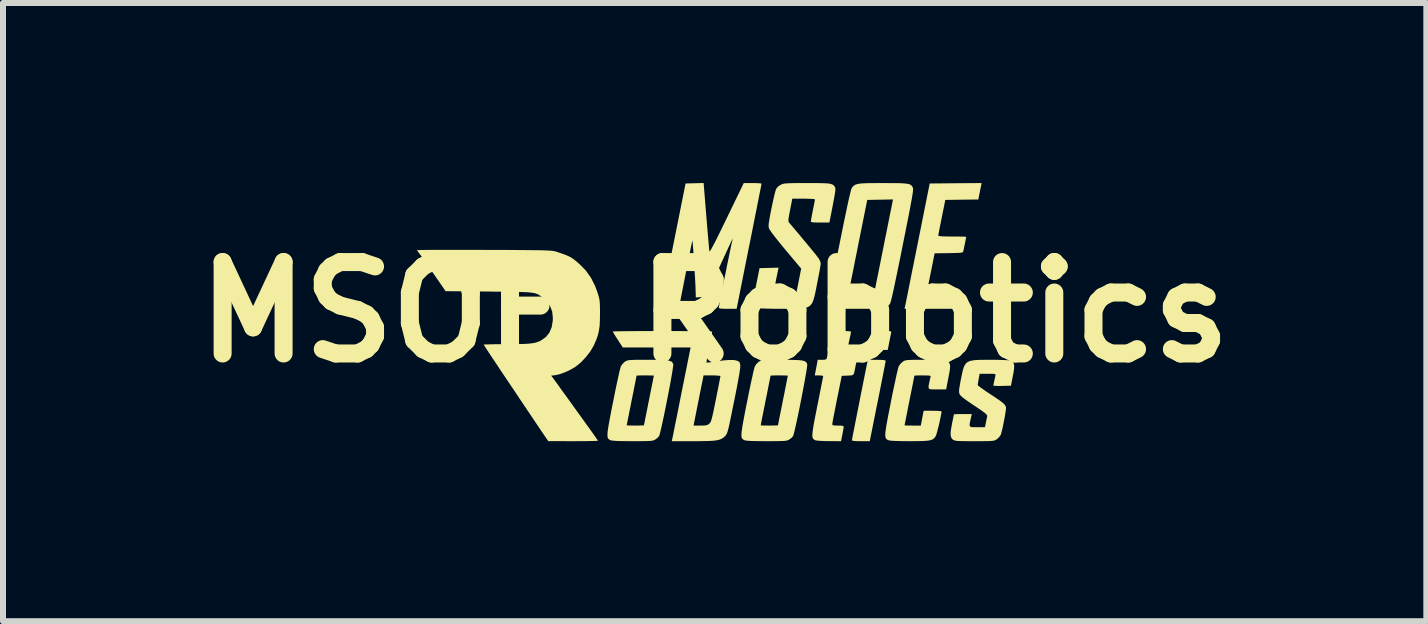
<source format=kicad_pcb>
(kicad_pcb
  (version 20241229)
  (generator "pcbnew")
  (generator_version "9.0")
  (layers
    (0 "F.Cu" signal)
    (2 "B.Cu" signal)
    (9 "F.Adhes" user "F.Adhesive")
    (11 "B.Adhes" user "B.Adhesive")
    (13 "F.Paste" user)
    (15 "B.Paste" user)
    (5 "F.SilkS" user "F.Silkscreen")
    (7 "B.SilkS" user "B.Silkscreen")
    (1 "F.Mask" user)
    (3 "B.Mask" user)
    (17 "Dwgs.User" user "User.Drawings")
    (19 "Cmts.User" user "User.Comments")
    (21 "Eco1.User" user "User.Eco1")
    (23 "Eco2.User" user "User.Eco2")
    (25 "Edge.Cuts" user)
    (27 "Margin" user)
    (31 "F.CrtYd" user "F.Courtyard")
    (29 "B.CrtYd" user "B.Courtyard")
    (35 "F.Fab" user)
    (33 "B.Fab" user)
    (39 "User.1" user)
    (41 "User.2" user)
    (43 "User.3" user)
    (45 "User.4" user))
  (footprint "MSOE Robotics"
    (layer "F.Cu")
    (at 8.861 2.152)
    (property "Reference" "MSOE Robotics" (at 0 0 0) (layer "F.SilkS") (effects (font (size 1.524 1.524) (thickness 0.3))))
    (attr through_hole)
    (fp_poly (pts (xy 2.859 0.315) (xy 2.904 0.316) (xy 2.929 0.319) (xy 2.941 0.325) (xy 2.943 0.335) (xy 2.941 0.346) (xy 2.935 0.373) (xy 2.926 0.419) (xy 2.915 0.475) (xy 2.909 0.503) (xy 2.885 0.63) (xy 2.729 0.63) (xy 2.662 0.63) (xy 2.618 0.629) (xy 2.592 0.626) (xy 2.58 0.62) (xy 2.578 0.61) (xy 2.58 0.599) (xy 2.586 0.573) (xy 2.595 0.527) (xy 2.606 0.47) (xy 2.612 0.442) (xy 2.636 0.315) (xy 2.792 0.315)) (stroke (width 0) (type solid)) (fill yes) (layer "F.SilkS"))
    (fp_poly (pts (xy 2.771 0.796) (xy 2.817 0.799) (xy 2.842 0.804) (xy 2.85 0.812) (xy 2.847 0.828) (xy 2.84 0.869) (xy 2.828 0.931) (xy 2.812 1.012) (xy 2.793 1.11) (xy 2.771 1.221) (xy 2.747 1.343) (xy 2.721 1.473) (xy 2.717 1.49) (xy 2.585 2.151) (xy 2.437 2.151) (xy 2.366 2.15) (xy 2.32 2.147) (xy 2.295 2.142) (xy 2.288 2.134) (xy 2.291 2.117) (xy 2.298 2.077) (xy 2.31 2.014) (xy 2.326 1.933) (xy 2.345 1.836) (xy 2.367 1.725) (xy 2.391 1.603) (xy 2.417 1.473) (xy 2.42 1.456) (xy 2.552 0.795) (xy 2.701 0.795)) (stroke (width 0) (type solid)) (fill yes) (layer "F.SilkS"))
    (fp_poly (pts (xy 4.421 -2.014) (xy 4.394 -1.877) (xy 4.119 -1.874) (xy 3.844 -1.87) (xy 3.786 -1.582) (xy 3.769 -1.496) (xy 3.753 -1.419) (xy 3.741 -1.355) (xy 3.732 -1.307) (xy 3.727 -1.281) (xy 3.727 -1.278) (xy 3.734 -1.271) (xy 3.755 -1.266) (xy 3.795 -1.263) (xy 3.856 -1.261) (xy 3.942 -1.26) (xy 3.959 -1.26) (xy 4.036 -1.26) (xy 4.102 -1.259) (xy 4.153 -1.258) (xy 4.184 -1.256) (xy 4.192 -1.254) (xy 4.19 -1.239) (xy 4.183 -1.205) (xy 4.174 -1.158) (xy 4.163 -1.108) (xy 4.154 -1.061) (xy 4.146 -1.025) (xy 4.144 -1.018) (xy 4.141 -1.006) (xy 4.133 -0.998) (xy 4.119 -0.993) (xy 4.092 -0.989) (xy 4.051 -0.987) (xy 3.989 -0.985) (xy 3.905 -0.983) (xy 3.902 -0.983) (xy 3.666 -0.98) (xy 3.61 -0.699) (xy 3.592 -0.612) (xy 3.576 -0.531) (xy 3.562 -0.462) (xy 3.552 -0.409) (xy 3.545 -0.377) (xy 3.544 -0.373) (xy 3.535 -0.329) (xy 4.092 -0.329) (xy 4.065 -0.192) (xy 4.038 -0.055) (xy 3.165 -0.055) (xy 3.174 -0.099) (xy 3.179 -0.12) (xy 3.188 -0.165) (xy 3.201 -0.232) (xy 3.219 -0.32) (xy 3.24 -0.426) (xy 3.264 -0.548) (xy 3.291 -0.683) (xy 3.321 -0.829) (xy 3.352 -0.985) (xy 3.384 -1.144) (xy 3.584 -2.144) (xy 4.016 -2.148) (xy 4.449 -2.151)) (stroke (width 0) (type solid)) (fill yes) (layer "F.SilkS"))
    (fp_poly (pts (xy 2.18 0.316) (xy 2.23 0.318) (xy 2.263 0.322) (xy 2.274 0.325) (xy 2.27 0.344) (xy 2.263 0.383) (xy 2.251 0.436) (xy 2.238 0.497) (xy 2.224 0.559) (xy 2.211 0.618) (xy 2.2 0.665) (xy 2.193 0.692) (xy 2.181 0.743) (xy 2.18 0.773) (xy 2.194 0.789) (xy 2.228 0.794) (xy 2.275 0.795) (xy 2.326 0.795) (xy 2.354 0.798) (xy 2.365 0.805) (xy 2.365 0.818) (xy 2.365 0.819) (xy 2.359 0.845) (xy 2.35 0.887) (xy 2.343 0.925) (xy 2.331 0.984) (xy 2.322 1.022) (xy 2.308 1.043) (xy 2.287 1.053) (xy 2.252 1.056) (xy 2.216 1.058) (xy 2.118 1.062) (xy 2.039 1.452) (xy 2.019 1.553) (xy 2.001 1.646) (xy 1.985 1.727) (xy 1.972 1.793) (xy 1.964 1.84) (xy 1.96 1.865) (xy 1.96 1.867) (xy 1.963 1.879) (xy 1.977 1.887) (xy 2.009 1.89) (xy 2.055 1.891) (xy 2.111 1.892) (xy 2.142 1.898) (xy 2.151 1.908) (xy 2.148 1.928) (xy 2.142 1.968) (xy 2.132 2.02) (xy 2.129 2.038) (xy 2.106 2.151) (xy 1.906 2.15) (xy 1.832 2.149) (xy 1.766 2.146) (xy 1.714 2.142) (xy 1.682 2.137) (xy 1.676 2.135) (xy 1.658 2.125) (xy 1.644 2.113) (xy 1.634 2.097) (xy 1.629 2.074) (xy 1.628 2.041) (xy 1.632 1.996) (xy 1.64 1.936) (xy 1.653 1.858) (xy 1.672 1.76) (xy 1.696 1.639) (xy 1.711 1.56) (xy 1.734 1.448) (xy 1.754 1.345) (xy 1.772 1.254) (xy 1.787 1.177) (xy 1.799 1.118) (xy 1.806 1.079) (xy 1.808 1.065) (xy 1.796 1.059) (xy 1.764 1.056) (xy 1.738 1.055) (xy 1.668 1.055) (xy 1.676 1.014) (xy 1.683 0.978) (xy 1.693 0.928) (xy 1.701 0.884) (xy 1.717 0.795) (xy 1.79 0.795) (xy 1.833 0.793) (xy 1.856 0.787) (xy 1.867 0.773) (xy 1.87 0.764) (xy 1.876 0.735) (xy 1.887 0.685) (xy 1.9 0.623) (xy 1.914 0.554) (xy 1.929 0.486) (xy 1.941 0.425) (xy 1.951 0.377) (xy 1.955 0.353) (xy 1.962 0.315) (xy 2.118 0.315)) (stroke (width 0) (type solid)) (fill yes) (layer "F.SilkS"))
    (fp_poly (pts (xy 2.932 -2.15) (xy 3.031 -2.15) (xy 3.109 -2.148) (xy 3.169 -2.144) (xy 3.213 -2.139) (xy 3.244 -2.132) (xy 3.266 -2.121) (xy 3.282 -2.108) (xy 3.294 -2.091) (xy 3.3 -2.081) (xy 3.304 -2.072) (xy 3.306 -2.06) (xy 3.307 -2.043) (xy 3.305 -2.019) (xy 3.301 -1.986) (xy 3.294 -1.942) (xy 3.285 -1.884) (xy 3.271 -1.812) (xy 3.255 -1.723) (xy 3.234 -1.616) (xy 3.209 -1.488) (xy 3.179 -1.338) (xy 3.144 -1.163) (xy 3.133 -1.108) (xy 3.092 -0.902) (xy 3.055 -0.723) (xy 3.023 -0.569) (xy 2.996 -0.439) (xy 2.973 -0.334) (xy 2.954 -0.251) (xy 2.939 -0.192) (xy 2.928 -0.154) (xy 2.921 -0.137) (xy 2.903 -0.115) (xy 2.885 -0.097) (xy 2.863 -0.084) (xy 2.834 -0.073) (xy 2.795 -0.066) (xy 2.743 -0.06) (xy 2.675 -0.057) (xy 2.587 -0.056) (xy 2.477 -0.055) (xy 2.386 -0.055) (xy 1.971 -0.055) (xy 1.931 -0.095) (xy 1.905 -0.126) (xy 1.891 -0.154) (xy 1.891 -0.16) (xy 1.893 -0.178) (xy 1.901 -0.22) (xy 1.913 -0.284) (xy 1.921 -0.328) (xy 2.234 -0.328) (xy 2.449 -0.332) (xy 2.663 -0.336) (xy 2.809 -1.062) (xy 2.836 -1.2) (xy 2.863 -1.332) (xy 2.887 -1.454) (xy 2.909 -1.563) (xy 2.928 -1.658) (xy 2.944 -1.735) (xy 2.955 -1.792) (xy 2.962 -1.825) (xy 2.963 -1.833) (xy 2.972 -1.878) (xy 2.758 -1.874) (xy 2.543 -1.87) (xy 2.397 -1.144) (xy 2.37 -1.005) (xy 2.343 -0.874) (xy 2.319 -0.752) (xy 2.297 -0.642) (xy 2.278 -0.548) (xy 2.262 -0.471) (xy 2.251 -0.414) (xy 2.244 -0.38) (xy 2.243 -0.373) (xy 2.234 -0.328) (xy 1.921 -0.328) (xy 1.929 -0.369) (xy 1.949 -0.471) (xy 1.972 -0.589) (xy 1.998 -0.72) (xy 2.026 -0.863) (xy 2.056 -1.014) (xy 2.076 -1.11) (xy 2.117 -1.315) (xy 2.153 -1.493) (xy 2.185 -1.646) (xy 2.212 -1.775) (xy 2.235 -1.879) (xy 2.254 -1.96) (xy 2.268 -2.018) (xy 2.279 -2.054) (xy 2.285 -2.069) (xy 2.303 -2.091) (xy 2.321 -2.109) (xy 2.344 -2.123) (xy 2.373 -2.133) (xy 2.413 -2.141) (xy 2.467 -2.146) (xy 2.536 -2.149) (xy 2.626 -2.15) (xy 2.738 -2.151) (xy 2.809 -2.151)) (stroke (width 0) (type solid)) (fill yes) (layer "F.SilkS"))
    (fp_poly (pts (xy -0.139 -1.6) (xy -0.129 -1.479) (xy -0.12 -1.365) (xy -0.111 -1.262) (xy -0.103 -1.173) (xy -0.097 -1.101) (xy -0.092 -1.048) (xy -0.088 -1.019) (xy -0.088 -1.015) (xy -0.083 -1.013) (xy -0.072 -1.026) (xy -0.055 -1.054) (xy -0.03 -1.1) (xy 0.004 -1.164) (xy 0.046 -1.248) (xy 0.098 -1.353) (xy 0.16 -1.481) (xy 0.202 -1.567) (xy 0.485 -2.151) (xy 0.633 -2.151) (xy 0.693 -2.15) (xy 0.741 -2.148) (xy 0.772 -2.144) (xy 0.781 -2.141) (xy 0.778 -2.126) (xy 0.771 -2.086) (xy 0.759 -2.024) (xy 0.742 -1.941) (xy 0.722 -1.84) (xy 0.699 -1.722) (xy 0.672 -1.589) (xy 0.644 -1.445) (xy 0.613 -1.29) (xy 0.58 -1.126) (xy 0.573 -1.093) (xy 0.366 -0.055) (xy 0.217 -0.055) (xy 0.148 -0.056) (xy 0.102 -0.059) (xy 0.077 -0.064) (xy 0.069 -0.072) (xy 0.069 -0.072) (xy 0.071 -0.09) (xy 0.079 -0.132) (xy 0.09 -0.193) (xy 0.105 -0.27) (xy 0.123 -0.361) (xy 0.143 -0.46) (xy 0.164 -0.566) (xy 0.186 -0.673) (xy 0.207 -0.78) (xy 0.228 -0.881) (xy 0.247 -0.975) (xy 0.264 -1.057) (xy 0.278 -1.123) (xy 0.289 -1.171) (xy 0.295 -1.196) (xy 0.296 -1.199) (xy 0.3 -1.217) (xy 0.297 -1.218) (xy 0.29 -1.205) (xy 0.272 -1.169) (xy 0.246 -1.113) (xy 0.213 -1.041) (xy 0.173 -0.955) (xy 0.128 -0.857) (xy 0.08 -0.752) (xy 0.071 -0.732) (xy -0.145 -0.253) (xy -0.23 -0.249) (xy -0.315 -0.245) (xy -0.316 -0.318) (xy -0.318 -0.366) (xy -0.32 -0.432) (xy -0.324 -0.51) (xy -0.329 -0.598) (xy -0.335 -0.691) (xy -0.34 -0.786) (xy -0.346 -0.88) (xy -0.352 -0.967) (xy -0.358 -1.046) (xy -0.363 -1.111) (xy -0.367 -1.159) (xy -0.371 -1.187) (xy -0.372 -1.192) (xy -0.377 -1.174) (xy -0.385 -1.133) (xy -0.398 -1.07) (xy -0.414 -0.99) (xy -0.434 -0.894) (xy -0.455 -0.786) (xy -0.478 -0.669) (xy -0.488 -0.617) (xy -0.597 -0.062) (xy -0.75 -0.058) (xy -0.904 -0.054) (xy -0.895 -0.099) (xy -0.89 -0.119) (xy -0.881 -0.165) (xy -0.868 -0.232) (xy -0.85 -0.32) (xy -0.829 -0.426) (xy -0.805 -0.548) (xy -0.778 -0.683) (xy -0.748 -0.829) (xy -0.717 -0.985) (xy -0.685 -1.144) (xy -0.485 -2.144) (xy -0.335 -2.148) (xy -0.184 -2.152)) (stroke (width 0) (type solid)) (fill yes) (layer "F.SilkS"))
    (fp_poly (pts (xy 3.635 0.795) (xy 3.731 0.796) (xy 3.805 0.801) (xy 3.859 0.812) (xy 3.895 0.829) (xy 3.916 0.856) (xy 3.924 0.893) (xy 3.922 0.943) (xy 3.912 1.008) (xy 3.896 1.09) (xy 3.896 1.091) (xy 3.858 1.288) (xy 3.71 1.288) (xy 3.648 1.288) (xy 3.605 1.287) (xy 3.579 1.28) (xy 3.566 1.263) (xy 3.565 1.232) (xy 3.574 1.183) (xy 3.59 1.113) (xy 3.597 1.086) (xy 3.599 1.072) (xy 3.594 1.063) (xy 3.579 1.058) (xy 3.547 1.056) (xy 3.495 1.055) (xy 3.466 1.055) (xy 3.409 1.055) (xy 3.363 1.056) (xy 3.335 1.058) (xy 3.329 1.059) (xy 3.327 1.073) (xy 3.319 1.11) (xy 3.308 1.168) (xy 3.293 1.243) (xy 3.275 1.331) (xy 3.255 1.43) (xy 3.247 1.473) (xy 3.226 1.575) (xy 3.208 1.668) (xy 3.192 1.749) (xy 3.179 1.814) (xy 3.17 1.86) (xy 3.165 1.884) (xy 3.165 1.887) (xy 3.177 1.888) (xy 3.212 1.89) (xy 3.262 1.89) (xy 3.3 1.891) (xy 3.435 1.891) (xy 3.483 1.644) (xy 3.632 1.644) (xy 3.692 1.645) (xy 3.741 1.647) (xy 3.772 1.651) (xy 3.781 1.654) (xy 3.778 1.685) (xy 3.769 1.734) (xy 3.756 1.796) (xy 3.741 1.864) (xy 3.724 1.931) (xy 3.709 1.992) (xy 3.695 2.039) (xy 3.684 2.067) (xy 3.683 2.069) (xy 3.666 2.093) (xy 3.647 2.112) (xy 3.621 2.126) (xy 3.586 2.137) (xy 3.537 2.144) (xy 3.473 2.148) (xy 3.388 2.15) (xy 3.281 2.151) (xy 3.244 2.151) (xy 3.128 2.15) (xy 3.037 2.148) (xy 2.97 2.145) (xy 2.923 2.141) (xy 2.896 2.135) (xy 2.891 2.133) (xy 2.874 2.124) (xy 2.86 2.113) (xy 2.851 2.098) (xy 2.845 2.076) (xy 2.843 2.045) (xy 2.846 2.003) (xy 2.853 1.947) (xy 2.865 1.875) (xy 2.881 1.783) (xy 2.903 1.671) (xy 2.93 1.534) (xy 2.937 1.496) (xy 2.961 1.375) (xy 2.985 1.262) (xy 3.007 1.159) (xy 3.026 1.069) (xy 3.043 0.995) (xy 3.056 0.941) (xy 3.065 0.909) (xy 3.067 0.904) (xy 3.094 0.864) (xy 3.131 0.829) (xy 3.136 0.826) (xy 3.152 0.816) (xy 3.168 0.808) (xy 3.188 0.803) (xy 3.217 0.799) (xy 3.258 0.797) (xy 3.314 0.795) (xy 3.389 0.795) (xy 3.487 0.795) (xy 3.513 0.795)) (stroke (width 0) (type solid)) (fill yes) (layer "F.SilkS"))
    (fp_poly (pts (xy -0.997 0.795) (xy -0.905 0.797) (xy -0.834 0.8) (xy -0.781 0.805) (xy -0.743 0.814) (xy -0.718 0.825) (xy -0.703 0.841) (xy -0.693 0.861) (xy -0.69 0.871) (xy -0.691 0.893) (xy -0.697 0.937) (xy -0.707 1.002) (xy -0.721 1.083) (xy -0.738 1.177) (xy -0.757 1.28) (xy -0.778 1.389) (xy -0.8 1.501) (xy -0.822 1.611) (xy -0.844 1.718) (xy -0.865 1.816) (xy -0.884 1.903) (xy -0.901 1.975) (xy -0.914 2.028) (xy -0.924 2.06) (xy -0.927 2.066) (xy -0.952 2.095) (xy -0.988 2.122) (xy -0.991 2.124) (xy -1.006 2.132) (xy -1.024 2.139) (xy -1.049 2.144) (xy -1.083 2.147) (xy -1.132 2.149) (xy -1.197 2.15) (xy -1.283 2.151) (xy -1.37 2.151) (xy -1.488 2.15) (xy -1.581 2.149) (xy -1.651 2.146) (xy -1.7 2.142) (xy -1.731 2.137) (xy -1.74 2.133) (xy -1.757 2.124) (xy -1.77 2.113) (xy -1.78 2.098) (xy -1.786 2.076) (xy -1.787 2.045) (xy -1.785 2.003) (xy -1.778 1.947) (xy -1.768 1.887) (xy -1.466 1.887) (xy -1.453 1.888) (xy -1.419 1.89) (xy -1.368 1.89) (xy -1.322 1.891) (xy -1.263 1.89) (xy -1.216 1.889) (xy -1.186 1.888) (xy -1.178 1.887) (xy -1.176 1.873) (xy -1.168 1.835) (xy -1.157 1.777) (xy -1.142 1.703) (xy -1.124 1.614) (xy -1.105 1.515) (xy -1.096 1.473) (xy -1.076 1.371) (xy -1.057 1.278) (xy -1.041 1.197) (xy -1.028 1.132) (xy -1.019 1.086) (xy -1.014 1.062) (xy -1.014 1.059) (xy -1.027 1.057) (xy -1.061 1.056) (xy -1.112 1.055) (xy -1.158 1.055) (xy -1.217 1.055) (xy -1.264 1.056) (xy -1.294 1.058) (xy -1.302 1.059) (xy -1.304 1.073) (xy -1.311 1.11) (xy -1.323 1.168) (xy -1.338 1.243) (xy -1.355 1.331) (xy -1.375 1.43) (xy -1.384 1.473) (xy -1.404 1.575) (xy -1.423 1.668) (xy -1.439 1.749) (xy -1.452 1.814) (xy -1.461 1.86) (xy -1.465 1.884) (xy -1.466 1.887) (xy -1.768 1.887) (xy -1.766 1.875) (xy -1.749 1.783) (xy -1.728 1.671) (xy -1.701 1.534) (xy -1.693 1.496) (xy -1.669 1.375) (xy -1.646 1.262) (xy -1.624 1.159) (xy -1.604 1.069) (xy -1.588 0.995) (xy -1.574 0.941) (xy -1.565 0.909) (xy -1.564 0.904) (xy -1.537 0.864) (xy -1.5 0.829) (xy -1.495 0.826) (xy -1.479 0.816) (xy -1.463 0.809) (xy -1.442 0.803) (xy -1.414 0.799) (xy -1.374 0.797) (xy -1.318 0.795) (xy -1.243 0.795) (xy -1.146 0.795) (xy -1.114 0.795)) (stroke (width 0) (type solid)) (fill yes) (layer "F.SilkS"))
    (fp_poly (pts (xy 1.236 0.795) (xy 1.328 0.797) (xy 1.4 0.8) (xy 1.452 0.805) (xy 1.49 0.814) (xy 1.515 0.825) (xy 1.53 0.841) (xy 1.54 0.861) (xy 1.543 0.871) (xy 1.542 0.893) (xy 1.536 0.937) (xy 1.526 1.002) (xy 1.512 1.083) (xy 1.495 1.177) (xy 1.476 1.28) (xy 1.455 1.389) (xy 1.433 1.501) (xy 1.411 1.611) (xy 1.389 1.718) (xy 1.368 1.816) (xy 1.349 1.903) (xy 1.332 1.975) (xy 1.319 2.028) (xy 1.309 2.06) (xy 1.307 2.066) (xy 1.281 2.095) (xy 1.245 2.122) (xy 1.243 2.124) (xy 1.227 2.132) (xy 1.209 2.139) (xy 1.184 2.144) (xy 1.15 2.147) (xy 1.102 2.149) (xy 1.036 2.15) (xy 0.95 2.151) (xy 0.863 2.151) (xy 0.745 2.15) (xy 0.652 2.149) (xy 0.582 2.146) (xy 0.533 2.142) (xy 0.502 2.137) (xy 0.493 2.133) (xy 0.476 2.124) (xy 0.463 2.113) (xy 0.453 2.098) (xy 0.447 2.076) (xy 0.446 2.045) (xy 0.448 2.003) (xy 0.456 1.947) (xy 0.465 1.887) (xy 0.767 1.887) (xy 0.78 1.888) (xy 0.814 1.89) (xy 0.865 1.89) (xy 0.911 1.891) (xy 0.97 1.89) (xy 1.017 1.889) (xy 1.047 1.888) (xy 1.055 1.887) (xy 1.058 1.873) (xy 1.065 1.835) (xy 1.076 1.777) (xy 1.091 1.703) (xy 1.109 1.614) (xy 1.129 1.515) (xy 1.137 1.473) (xy 1.158 1.371) (xy 1.176 1.278) (xy 1.192 1.197) (xy 1.205 1.132) (xy 1.214 1.086) (xy 1.219 1.062) (xy 1.219 1.059) (xy 1.207 1.057) (xy 1.172 1.056) (xy 1.121 1.055) (xy 1.075 1.055) (xy 1.016 1.055) (xy 0.969 1.056) (xy 0.939 1.058) (xy 0.932 1.059) (xy 0.929 1.073) (xy 0.922 1.11) (xy 0.91 1.168) (xy 0.895 1.243) (xy 0.878 1.331) (xy 0.858 1.43) (xy 0.849 1.473) (xy 0.829 1.575) (xy 0.81 1.668) (xy 0.794 1.749) (xy 0.781 1.814) (xy 0.772 1.86) (xy 0.768 1.884) (xy 0.767 1.887) (xy 0.465 1.887) (xy 0.467 1.875) (xy 0.484 1.783) (xy 0.505 1.671) (xy 0.532 1.534) (xy 0.54 1.496) (xy 0.564 1.375) (xy 0.587 1.262) (xy 0.609 1.159) (xy 0.629 1.069) (xy 0.645 0.995) (xy 0.659 0.941) (xy 0.668 0.909) (xy 0.67 0.904) (xy 0.697 0.864) (xy 0.733 0.829) (xy 0.738 0.826) (xy 0.754 0.816) (xy 0.77 0.809) (xy 0.791 0.803) (xy 0.819 0.799) (xy 0.86 0.797) (xy 0.915 0.795) (xy 0.99 0.795) (xy 1.087 0.795) (xy 1.119 0.795)) (stroke (width 0) (type solid)) (fill yes) (layer "F.SilkS"))
    (fp_poly (pts (xy -0.722 0.315) (xy -0.583 0.316) (xy -0.454 0.317) (xy -0.339 0.318) (xy -0.239 0.319) (xy -0.156 0.32) (xy -0.095 0.322) (xy -0.055 0.323) (xy -0.041 0.325) (xy -0.041 0.325) (xy -0.044 0.341) (xy -0.051 0.38) (xy -0.062 0.437) (xy -0.075 0.507) (xy -0.091 0.586) (xy -0.107 0.665) (xy -0.119 0.734) (xy -0.129 0.79) (xy -0.135 0.827) (xy -0.136 0.841) (xy -0.136 0.841) (xy -0.121 0.841) (xy -0.084 0.837) (xy -0.032 0.83) (xy 0.027 0.821) (xy 0.153 0.804) (xy 0.252 0.797) (xy 0.327 0.799) (xy 0.375 0.81) (xy 0.375 0.81) (xy 0.393 0.819) (xy 0.407 0.829) (xy 0.418 0.843) (xy 0.424 0.863) (xy 0.427 0.892) (xy 0.425 0.932) (xy 0.418 0.985) (xy 0.407 1.054) (xy 0.391 1.141) (xy 0.371 1.25) (xy 0.345 1.381) (xy 0.329 1.461) (xy 0.301 1.598) (xy 0.278 1.712) (xy 0.259 1.803) (xy 0.244 1.876) (xy 0.231 1.932) (xy 0.22 1.974) (xy 0.21 2.005) (xy 0.201 2.027) (xy 0.192 2.043) (xy 0.183 2.056) (xy 0.174 2.066) (xy 0.149 2.089) (xy 0.121 2.108) (xy 0.088 2.123) (xy 0.046 2.134) (xy -0.008 2.142) (xy -0.077 2.147) (xy -0.165 2.149) (xy -0.276 2.151) (xy -0.36 2.151) (xy -0.715 2.151) (xy -0.707 2.113) (xy -0.702 2.093) (xy -0.693 2.048) (xy -0.68 1.982) (xy -0.663 1.897) (xy -0.662 1.891) (xy -0.352 1.891) (xy -0.238 1.891) (xy -0.18 1.89) (xy -0.141 1.886) (xy -0.114 1.877) (xy -0.093 1.862) (xy -0.09 1.86) (xy -0.079 1.848) (xy -0.069 1.833) (xy -0.059 1.81) (xy -0.049 1.776) (xy -0.037 1.728) (xy -0.022 1.664) (xy -0.005 1.579) (xy 0.017 1.471) (xy 0.021 1.453) (xy 0.04 1.355) (xy 0.058 1.266) (xy 0.073 1.189) (xy 0.085 1.127) (xy 0.093 1.085) (xy 0.096 1.066) (xy 0.096 1.066) (xy 0.083 1.061) (xy 0.049 1.058) (xy -0.002 1.055) (xy -0.045 1.055) (xy -0.185 1.055) (xy -0.269 1.473) (xy -0.352 1.891) (xy -0.662 1.891) (xy -0.642 1.795) (xy -0.619 1.679) (xy -0.594 1.552) (xy -0.567 1.416) (xy -0.55 1.332) (xy -0.401 0.589) (xy -1.532 0.589) (xy -1.615 0.46) (xy -1.649 0.408) (xy -1.676 0.364) (xy -1.693 0.334) (xy -1.699 0.323) (xy -1.686 0.322) (xy -1.647 0.32) (xy -1.586 0.319) (xy -1.505 0.318) (xy -1.405 0.317) (xy -1.291 0.316) (xy -1.162 0.316) (xy -1.023 0.315) (xy -0.876 0.315) (xy -0.87 0.315)) (stroke (width 0) (type solid)) (fill yes) (layer "F.SilkS"))
    (fp_poly (pts (xy 4.711 0.795) (xy 4.806 0.798) (xy 4.877 0.801) (xy 4.922 0.806) (xy 4.937 0.81) (xy 4.966 0.828) (xy 4.984 0.853) (xy 4.992 0.889) (xy 4.99 0.94) (xy 4.98 1.012) (xy 4.97 1.064) (xy 4.938 1.226) (xy 4.791 1.23) (xy 4.731 1.231) (xy 4.684 1.229) (xy 4.653 1.227) (xy 4.645 1.223) (xy 4.648 1.203) (xy 4.657 1.16) (xy 4.67 1.1) (xy 4.679 1.058) (xy 4.681 1.044) (xy 4.677 1.035) (xy 4.661 1.03) (xy 4.629 1.028) (xy 4.576 1.028) (xy 4.551 1.028) (xy 4.416 1.028) (xy 4.4 1.115) (xy 4.392 1.162) (xy 4.386 1.199) (xy 4.384 1.216) (xy 4.395 1.228) (xy 4.425 1.251) (xy 4.472 1.285) (xy 4.53 1.325) (xy 4.593 1.367) (xy 4.676 1.422) (xy 4.738 1.464) (xy 4.784 1.498) (xy 4.815 1.524) (xy 4.836 1.546) (xy 4.848 1.566) (xy 4.855 1.583) (xy 4.855 1.606) (xy 4.85 1.65) (xy 4.841 1.709) (xy 4.829 1.778) (xy 4.815 1.849) (xy 4.801 1.919) (xy 4.786 1.98) (xy 4.774 2.027) (xy 4.764 2.052) (xy 4.741 2.084) (xy 4.707 2.115) (xy 4.701 2.12) (xy 4.685 2.129) (xy 4.669 2.137) (xy 4.648 2.143) (xy 4.619 2.146) (xy 4.579 2.149) (xy 4.523 2.15) (xy 4.448 2.151) (xy 4.349 2.151) (xy 4.329 2.151) (xy 4.226 2.151) (xy 4.147 2.15) (xy 4.088 2.149) (xy 4.045 2.147) (xy 4.015 2.143) (xy 3.995 2.138) (xy 3.98 2.131) (xy 3.968 2.123) (xy 3.947 2.1) (xy 3.936 2.069) (xy 3.932 2.026) (xy 3.937 1.966) (xy 3.951 1.887) (xy 3.959 1.843) (xy 3.971 1.786) (xy 3.98 1.74) (xy 3.986 1.711) (xy 3.987 1.704) (xy 4 1.702) (xy 4.034 1.7) (xy 4.085 1.699) (xy 4.136 1.699) (xy 4.285 1.699) (xy 4.266 1.784) (xy 4.253 1.845) (xy 4.249 1.884) (xy 4.256 1.906) (xy 4.279 1.916) (xy 4.323 1.918) (xy 4.376 1.918) (xy 4.505 1.918) (xy 4.521 1.839) (xy 4.531 1.791) (xy 4.539 1.751) (xy 4.543 1.733) (xy 4.541 1.721) (xy 4.529 1.705) (xy 4.506 1.683) (xy 4.466 1.654) (xy 4.41 1.614) (xy 4.333 1.562) (xy 4.323 1.556) (xy 4.237 1.498) (xy 4.172 1.452) (xy 4.126 1.416) (xy 4.097 1.389) (xy 4.082 1.368) (xy 4.081 1.366) (xy 4.075 1.346) (xy 4.073 1.32) (xy 4.075 1.285) (xy 4.083 1.235) (xy 4.095 1.165) (xy 4.102 1.129) (xy 4.121 1.035) (xy 4.138 0.961) (xy 4.157 0.904) (xy 4.182 0.862) (xy 4.215 0.832) (xy 4.259 0.813) (xy 4.319 0.802) (xy 4.397 0.796) (xy 4.497 0.795) (xy 4.592 0.795)) (stroke (width 0) (type solid)) (fill yes) (layer "F.SilkS"))
    (fp_poly (pts (xy 1.658 -2.151) (xy 1.752 -2.15) (xy 1.825 -2.148) (xy 1.881 -2.145) (xy 1.921 -2.14) (xy 1.95 -2.132) (xy 1.97 -2.123) (xy 1.986 -2.11) (xy 1.996 -2.097) (xy 2.005 -2.085) (xy 2.01 -2.069) (xy 2.012 -2.048) (xy 2.01 -2.016) (xy 2.003 -1.972) (xy 1.993 -1.91) (xy 1.977 -1.827) (xy 1.964 -1.757) (xy 1.912 -1.493) (xy 1.757 -1.493) (xy 1.688 -1.494) (xy 1.641 -1.496) (xy 1.615 -1.501) (xy 1.604 -1.508) (xy 1.603 -1.512) (xy 1.606 -1.532) (xy 1.613 -1.573) (xy 1.623 -1.629) (xy 1.636 -1.694) (xy 1.637 -1.699) (xy 1.65 -1.764) (xy 1.661 -1.819) (xy 1.668 -1.859) (xy 1.671 -1.878) (xy 1.671 -1.879) (xy 1.659 -1.883) (xy 1.623 -1.887) (xy 1.57 -1.889) (xy 1.505 -1.891) (xy 1.483 -1.891) (xy 1.294 -1.891) (xy 1.257 -1.703) (xy 1.242 -1.626) (xy 1.233 -1.572) (xy 1.229 -1.535) (xy 1.23 -1.511) (xy 1.236 -1.497) (xy 1.238 -1.494) (xy 1.299 -1.423) (xy 1.364 -1.346) (xy 1.431 -1.266) (xy 1.497 -1.186) (xy 1.561 -1.11) (xy 1.618 -1.04) (xy 1.667 -0.981) (xy 1.704 -0.934) (xy 1.727 -0.904) (xy 1.732 -0.898) (xy 1.754 -0.858) (xy 1.766 -0.82) (xy 1.767 -0.809) (xy 1.765 -0.785) (xy 1.757 -0.739) (xy 1.746 -0.675) (xy 1.731 -0.597) (xy 1.715 -0.511) (xy 1.707 -0.474) (xy 1.686 -0.366) (xy 1.667 -0.278) (xy 1.648 -0.208) (xy 1.627 -0.155) (xy 1.599 -0.116) (xy 1.561 -0.088) (xy 1.512 -0.07) (xy 1.448 -0.06) (xy 1.366 -0.056) (xy 1.263 -0.055) (xy 1.136 -0.055) (xy 1.117 -0.055) (xy 0.984 -0.056) (xy 0.877 -0.058) (xy 0.794 -0.061) (xy 0.738 -0.065) (xy 0.708 -0.069) (xy 0.706 -0.071) (xy 0.681 -0.086) (xy 0.663 -0.103) (xy 0.652 -0.127) (xy 0.647 -0.159) (xy 0.648 -0.204) (xy 0.656 -0.264) (xy 0.67 -0.343) (xy 0.69 -0.445) (xy 0.697 -0.48) (xy 0.748 -0.733) (xy 0.906 -0.737) (xy 1.065 -0.741) (xy 1.026 -0.552) (xy 1.012 -0.482) (xy 1 -0.42) (xy 0.992 -0.371) (xy 0.987 -0.343) (xy 0.987 -0.339) (xy 0.989 -0.329) (xy 0.998 -0.322) (xy 1.017 -0.319) (xy 1.053 -0.317) (xy 1.107 -0.317) (xy 1.174 -0.318) (xy 1.362 -0.322) (xy 1.442 -0.725) (xy 1.183 -1.034) (xy 1.112 -1.12) (xy 1.048 -1.199) (xy 0.993 -1.269) (xy 0.95 -1.326) (xy 0.921 -1.368) (xy 0.907 -1.392) (xy 0.902 -1.412) (xy 0.899 -1.434) (xy 0.9 -1.463) (xy 0.905 -1.502) (xy 0.914 -1.556) (xy 0.927 -1.629) (xy 0.946 -1.725) (xy 0.964 -1.812) (xy 0.982 -1.893) (xy 0.998 -1.962) (xy 1.012 -2.015) (xy 1.022 -2.047) (xy 1.023 -2.051) (xy 1.057 -2.094) (xy 1.102 -2.123) (xy 1.12 -2.131) (xy 1.14 -2.138) (xy 1.165 -2.143) (xy 1.199 -2.146) (xy 1.244 -2.148) (xy 1.305 -2.15) (xy 1.384 -2.151) (xy 1.486 -2.151) (xy 1.54 -2.151)) (stroke (width 0) (type solid)) (fill yes) (layer "F.SilkS"))
    (fp_poly (pts (xy -4.096 -1.038) (xy -3.928 -1.038) (xy -3.839 -1.037) (xy -3.638 -1.037) (xy -3.462 -1.036) (xy -3.31 -1.035) (xy -3.179 -1.034) (xy -3.069 -1.033) (xy -2.976 -1.032) (xy -2.899 -1.031) (xy -2.836 -1.029) (xy -2.786 -1.027) (xy -2.746 -1.025) (xy -2.715 -1.022) (xy -2.69 -1.019) (xy -2.669 -1.015) (xy -2.652 -1.011) (xy -2.635 -1.006) (xy -2.63 -1.004) (xy -2.543 -0.975) (xy -2.476 -0.95) (xy -2.422 -0.926) (xy -2.375 -0.899) (xy -2.329 -0.865) (xy -2.278 -0.822) (xy -2.256 -0.803) (xy -2.149 -0.695) (xy -2.062 -0.573) (xy -1.992 -0.434) (xy -1.951 -0.322) (xy -1.936 -0.274) (xy -1.925 -0.233) (xy -1.918 -0.192) (xy -1.914 -0.146) (xy -1.912 -0.088) (xy -1.911 -0.012) (xy -1.911 0.027) (xy -1.913 0.142) (xy -1.918 0.236) (xy -1.93 0.316) (xy -1.948 0.39) (xy -1.974 0.463) (xy -2.009 0.543) (xy -2.014 0.555) (xy -2.07 0.651) (xy -2.145 0.748) (xy -2.229 0.837) (xy -2.317 0.909) (xy -2.327 0.916) (xy -2.403 0.96) (xy -2.488 1) (xy -2.573 1.031) (xy -2.647 1.049) (xy -2.66 1.051) (xy -2.725 1.059) (xy -2.698 1.094) (xy -2.681 1.117) (xy -2.652 1.157) (xy -2.612 1.211) (xy -2.567 1.275) (xy -2.523 1.336) (xy -2.471 1.407) (xy -2.408 1.494) (xy -2.338 1.592) (xy -2.266 1.692) (xy -2.195 1.79) (xy -2.16 1.839) (xy -2.103 1.918) (xy -2.052 1.989) (xy -2.008 2.051) (xy -1.975 2.099) (xy -1.953 2.131) (xy -1.945 2.143) (xy -1.959 2.145) (xy -1.996 2.147) (xy -2.054 2.148) (xy -2.129 2.15) (xy -2.218 2.15) (xy -2.319 2.151) (xy -2.36 2.151) (xy -2.774 2.15) (xy -2.883 1.99) (xy -2.973 1.856) (xy -3.065 1.719) (xy -3.158 1.581) (xy -3.25 1.444) (xy -3.339 1.31) (xy -3.426 1.181) (xy -3.508 1.059) (xy -3.584 0.945) (xy -3.653 0.841) (xy -3.714 0.75) (xy -3.765 0.673) (xy -3.805 0.612) (xy -3.833 0.569) (xy -3.848 0.546) (xy -3.85 0.542) (xy -3.837 0.54) (xy -3.8 0.538) (xy -3.742 0.537) (xy -3.668 0.535) (xy -3.58 0.535) (xy -3.483 0.534) (xy -3.474 0.534) (xy -3.343 0.534) (xy -3.237 0.532) (xy -3.151 0.529) (xy -3.082 0.524) (xy -3.026 0.517) (xy -2.98 0.507) (xy -2.941 0.494) (xy -2.905 0.478) (xy -2.891 0.47) (xy -2.812 0.414) (xy -2.754 0.341) (xy -2.716 0.25) (xy -2.698 0.14) (xy -2.697 0.095) (xy -2.708 -0.01) (xy -2.745 -0.105) (xy -2.804 -0.187) (xy -2.855 -0.233) (xy -2.883 -0.255) (xy -2.908 -0.273) (xy -2.932 -0.289) (xy -2.957 -0.301) (xy -2.986 -0.312) (xy -3.021 -0.32) (xy -3.064 -0.326) (xy -3.118 -0.331) (xy -3.186 -0.334) (xy -3.27 -0.337) (xy -3.372 -0.339) (xy -3.495 -0.34) (xy -3.641 -0.341) (xy -3.759 -0.343) (xy -4.484 -0.349) (xy -4.701 -0.663) (xy -4.758 -0.746) (xy -4.811 -0.822) (xy -4.858 -0.889) (xy -4.896 -0.943) (xy -4.924 -0.98) (xy -4.938 -0.999) (xy -4.938 -0.999) (xy -4.955 -1.022) (xy -4.959 -1.032) (xy -4.946 -1.034) (xy -4.907 -1.035) (xy -4.845 -1.036) (xy -4.762 -1.037) (xy -4.659 -1.038) (xy -4.539 -1.038) (xy -4.404 -1.038) (xy -4.256 -1.038)) (stroke (width 0) (type solid)) (fill yes) (layer "F.SilkS")))
  (gr_rect
    (start -3 -3)
    (end 20.722 7.303)
    (stroke (width 0.1) (type default))
    (fill no)
    (layer "Edge.Cuts")))
</source>
